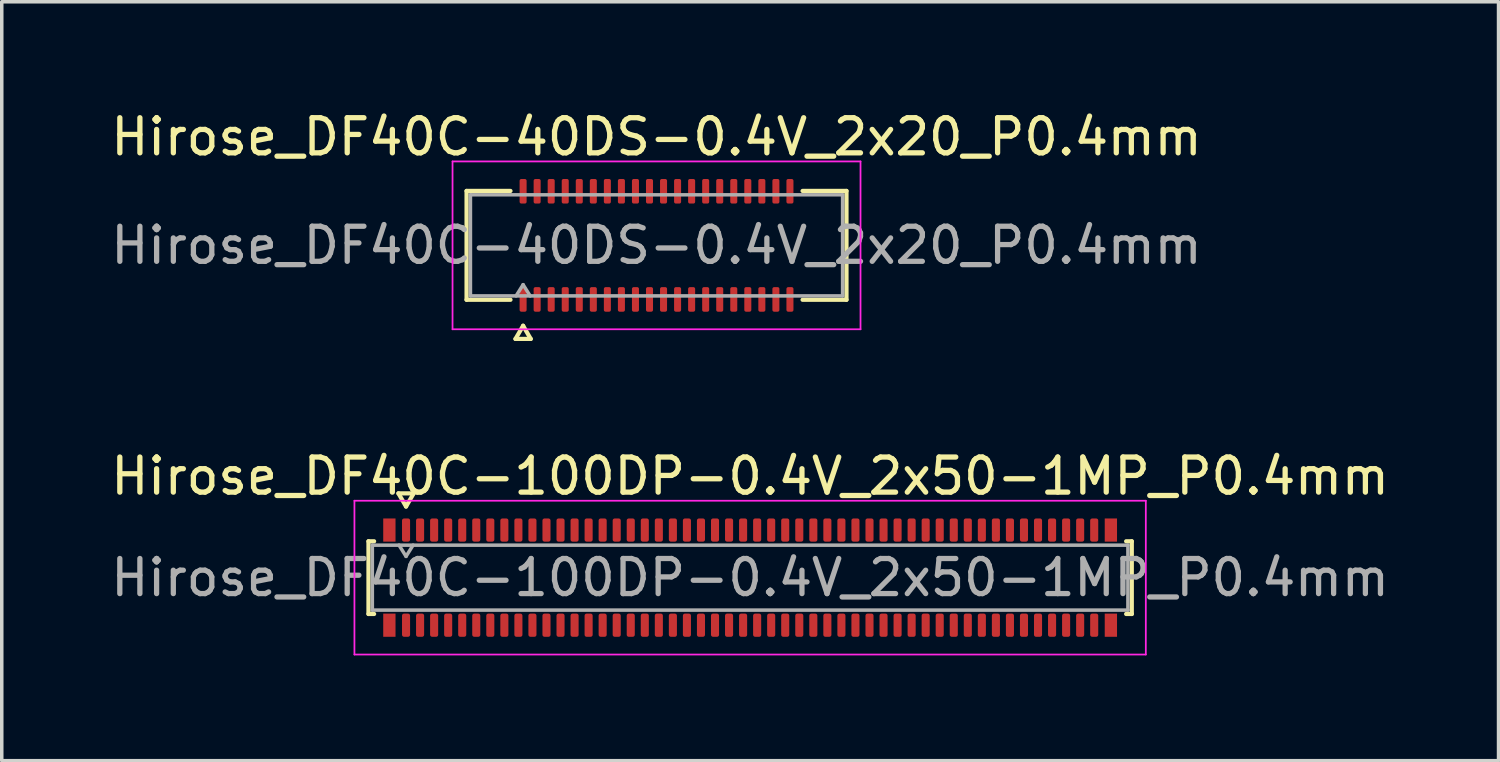
<source format=kicad_pcb>
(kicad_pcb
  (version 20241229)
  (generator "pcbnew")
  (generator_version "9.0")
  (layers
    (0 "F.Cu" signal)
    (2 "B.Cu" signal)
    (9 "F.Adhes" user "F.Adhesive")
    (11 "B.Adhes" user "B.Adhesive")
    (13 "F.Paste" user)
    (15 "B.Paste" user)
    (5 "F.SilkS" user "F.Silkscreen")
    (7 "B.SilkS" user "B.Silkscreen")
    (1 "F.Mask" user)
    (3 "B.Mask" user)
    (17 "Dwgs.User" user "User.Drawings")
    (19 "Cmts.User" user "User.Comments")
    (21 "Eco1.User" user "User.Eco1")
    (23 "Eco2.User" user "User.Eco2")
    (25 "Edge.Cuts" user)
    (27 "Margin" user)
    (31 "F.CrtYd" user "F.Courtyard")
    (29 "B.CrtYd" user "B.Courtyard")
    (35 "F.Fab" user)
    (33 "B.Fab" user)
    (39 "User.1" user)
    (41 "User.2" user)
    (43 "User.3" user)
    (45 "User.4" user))
  (footprint "Hirose_DF40C-40DS-0.4V_2x20_P0.4mm"
    (layer "F.Cu")
    (at 15.649 3.938)
    (property "Reference" "Hirose_DF40C-40DS-0.4V_2x20_P0.4mm" (at 0 -3.09 0) (layer "F.SilkS") (effects (font (size 1 1) (thickness 0.15))))
    (attr smd)
    (fp_line (start -5.41 -1.55) (end -4.16 -1.55) (stroke (width 0.12) (type solid)) (layer "F.SilkS"))
    (fp_line (start -5.41 1.55) (end -5.41 -1.55) (stroke (width 0.12) (type solid)) (layer "F.SilkS"))
    (fp_line (start -4.16 1.55) (end -5.41 1.55) (stroke (width 0.12) (type solid)) (layer "F.SilkS"))
    (fp_line (start -4.017 2.665) (end -3.8 2.29) (stroke (width 0.12) (type solid)) (layer "F.SilkS"))
    (fp_line (start -3.8 2.29) (end -3.583 2.665) (stroke (width 0.12) (type solid)) (layer "F.SilkS"))
    (fp_line (start -3.583 2.665) (end -4.017 2.665) (stroke (width 0.12) (type solid)) (layer "F.SilkS"))
    (fp_line (start 4.16 -1.55) (end 5.41 -1.55) (stroke (width 0.12) (type solid)) (layer "F.SilkS"))
    (fp_line (start 5.41 -1.55) (end 5.41 1.55) (stroke (width 0.12) (type solid)) (layer "F.SilkS"))
    (fp_line (start 5.41 1.55) (end 4.16 1.55) (stroke (width 0.12) (type solid)) (layer "F.SilkS"))
    (fp_line (start -5.81 -2.39) (end -5.81 2.39) (stroke (width 0.05) (type solid)) (layer "F.CrtYd"))
    (fp_line (start -5.81 2.39) (end 5.81 2.39) (stroke (width 0.05) (type solid)) (layer "F.CrtYd"))
    (fp_line (start 5.81 -2.39) (end -5.81 -2.39) (stroke (width 0.05) (type solid)) (layer "F.CrtYd"))
    (fp_line (start 5.81 2.39) (end 5.81 -2.39) (stroke (width 0.05) (type solid)) (layer "F.CrtYd"))
    (fp_line (start -5.3 -1.44) (end 5.3 -1.44) (stroke (width 0.1) (type solid)) (layer "F.Fab"))
    (fp_line (start -5.3 1.44) (end -5.3 -1.44) (stroke (width 0.1) (type solid)) (layer "F.Fab"))
    (fp_line (start -4 1.44) (end -3.8 1.12) (stroke (width 0.1) (type solid)) (layer "F.Fab"))
    (fp_line (start -3.8 1.12) (end -3.6 1.44) (stroke (width 0.1) (type solid)) (layer "F.Fab"))
    (fp_line (start 5.3 -1.44) (end 5.3 1.44) (stroke (width 0.1) (type solid)) (layer "F.Fab"))
    (fp_line (start 5.3 1.44) (end -5.3 1.44) (stroke (width 0.1) (type solid)) (layer "F.Fab"))
    (fp_text user "${REFERENCE}" (at 0 0 0) (layer "F.Fab") (effects (font (size 1 1) (thickness 0.15))))
    (pad "1" smd roundrect (at -3.8 1.54) (size 0.2 0.7) (layers "F.Cu" "F.Mask" "F.Paste") (roundrect_rratio 0.25))
    (pad "2" smd roundrect (at -3.8 -1.54) (size 0.2 0.7) (layers "F.Cu" "F.Mask" "F.Paste") (roundrect_rratio 0.25))
    (pad "3" smd roundrect (at -3.4 1.54) (size 0.2 0.7) (layers "F.Cu" "F.Mask" "F.Paste") (roundrect_rratio 0.25))
    (pad "4" smd roundrect (at -3.4 -1.54) (size 0.2 0.7) (layers "F.Cu" "F.Mask" "F.Paste") (roundrect_rratio 0.25))
    (pad "5" smd roundrect (at -3 1.54) (size 0.2 0.7) (layers "F.Cu" "F.Mask" "F.Paste") (roundrect_rratio 0.25))
    (pad "6" smd roundrect (at -3 -1.54) (size 0.2 0.7) (layers "F.Cu" "F.Mask" "F.Paste") (roundrect_rratio 0.25))
    (pad "7" smd roundrect (at -2.6 1.54) (size 0.2 0.7) (layers "F.Cu" "F.Mask" "F.Paste") (roundrect_rratio 0.25))
    (pad "8" smd roundrect (at -2.6 -1.54) (size 0.2 0.7) (layers "F.Cu" "F.Mask" "F.Paste") (roundrect_rratio 0.25))
    (pad "9" smd roundrect (at -2.2 1.54) (size 0.2 0.7) (layers "F.Cu" "F.Mask" "F.Paste") (roundrect_rratio 0.25))
    (pad "10" smd roundrect (at -2.2 -1.54) (size 0.2 0.7) (layers "F.Cu" "F.Mask" "F.Paste") (roundrect_rratio 0.25))
    (pad "11" smd roundrect (at -1.8 1.54) (size 0.2 0.7) (layers "F.Cu" "F.Mask" "F.Paste") (roundrect_rratio 0.25))
    (pad "12" smd roundrect (at -1.8 -1.54) (size 0.2 0.7) (layers "F.Cu" "F.Mask" "F.Paste") (roundrect_rratio 0.25))
    (pad "13" smd roundrect (at -1.4 1.54) (size 0.2 0.7) (layers "F.Cu" "F.Mask" "F.Paste") (roundrect_rratio 0.25))
    (pad "14" smd roundrect (at -1.4 -1.54) (size 0.2 0.7) (layers "F.Cu" "F.Mask" "F.Paste") (roundrect_rratio 0.25))
    (pad "15" smd roundrect (at -1 1.54) (size 0.2 0.7) (layers "F.Cu" "F.Mask" "F.Paste") (roundrect_rratio 0.25))
    (pad "16" smd roundrect (at -1 -1.54) (size 0.2 0.7) (layers "F.Cu" "F.Mask" "F.Paste") (roundrect_rratio 0.25))
    (pad "17" smd roundrect (at -0.6 1.54) (size 0.2 0.7) (layers "F.Cu" "F.Mask" "F.Paste") (roundrect_rratio 0.25))
    (pad "18" smd roundrect (at -0.6 -1.54) (size 0.2 0.7) (layers "F.Cu" "F.Mask" "F.Paste") (roundrect_rratio 0.25))
    (pad "19" smd roundrect (at -0.2 1.54) (size 0.2 0.7) (layers "F.Cu" "F.Mask" "F.Paste") (roundrect_rratio 0.25))
    (pad "20" smd roundrect (at -0.2 -1.54) (size 0.2 0.7) (layers "F.Cu" "F.Mask" "F.Paste") (roundrect_rratio 0.25))
    (pad "21" smd roundrect (at 0.2 1.54) (size 0.2 0.7) (layers "F.Cu" "F.Mask" "F.Paste") (roundrect_rratio 0.25))
    (pad "22" smd roundrect (at 0.2 -1.54) (size 0.2 0.7) (layers "F.Cu" "F.Mask" "F.Paste") (roundrect_rratio 0.25))
    (pad "23" smd roundrect (at 0.6 1.54) (size 0.2 0.7) (layers "F.Cu" "F.Mask" "F.Paste") (roundrect_rratio 0.25))
    (pad "24" smd roundrect (at 0.6 -1.54) (size 0.2 0.7) (layers "F.Cu" "F.Mask" "F.Paste") (roundrect_rratio 0.25))
    (pad "25" smd roundrect (at 1 1.54) (size 0.2 0.7) (layers "F.Cu" "F.Mask" "F.Paste") (roundrect_rratio 0.25))
    (pad "26" smd roundrect (at 1 -1.54) (size 0.2 0.7) (layers "F.Cu" "F.Mask" "F.Paste") (roundrect_rratio 0.25))
    (pad "27" smd roundrect (at 1.4 1.54) (size 0.2 0.7) (layers "F.Cu" "F.Mask" "F.Paste") (roundrect_rratio 0.25))
    (pad "28" smd roundrect (at 1.4 -1.54) (size 0.2 0.7) (layers "F.Cu" "F.Mask" "F.Paste") (roundrect_rratio 0.25))
    (pad "29" smd roundrect (at 1.8 1.54) (size 0.2 0.7) (layers "F.Cu" "F.Mask" "F.Paste") (roundrect_rratio 0.25))
    (pad "30" smd roundrect (at 1.8 -1.54) (size 0.2 0.7) (layers "F.Cu" "F.Mask" "F.Paste") (roundrect_rratio 0.25))
    (pad "31" smd roundrect (at 2.2 1.54) (size 0.2 0.7) (layers "F.Cu" "F.Mask" "F.Paste") (roundrect_rratio 0.25))
    (pad "32" smd roundrect (at 2.2 -1.54) (size 0.2 0.7) (layers "F.Cu" "F.Mask" "F.Paste") (roundrect_rratio 0.25))
    (pad "33" smd roundrect (at 2.6 1.54) (size 0.2 0.7) (layers "F.Cu" "F.Mask" "F.Paste") (roundrect_rratio 0.25))
    (pad "34" smd roundrect (at 2.6 -1.54) (size 0.2 0.7) (layers "F.Cu" "F.Mask" "F.Paste") (roundrect_rratio 0.25))
    (pad "35" smd roundrect (at 3 1.54) (size 0.2 0.7) (layers "F.Cu" "F.Mask" "F.Paste") (roundrect_rratio 0.25))
    (pad "36" smd roundrect (at 3 -1.54) (size 0.2 0.7) (layers "F.Cu" "F.Mask" "F.Paste") (roundrect_rratio 0.25))
    (pad "37" smd roundrect (at 3.4 1.54) (size 0.2 0.7) (layers "F.Cu" "F.Mask" "F.Paste") (roundrect_rratio 0.25))
    (pad "38" smd roundrect (at 3.4 -1.54) (size 0.2 0.7) (layers "F.Cu" "F.Mask" "F.Paste") (roundrect_rratio 0.25))
    (pad "39" smd roundrect (at 3.8 1.54) (size 0.2 0.7) (layers "F.Cu" "F.Mask" "F.Paste") (roundrect_rratio 0.25))
    (pad "40" smd roundrect (at 3.8 -1.54) (size 0.2 0.7) (layers "F.Cu" "F.Mask" "F.Paste") (roundrect_rratio 0.25)))
  (footprint "Hirose_DF40C-100DP-0.4V_2x50-1MP_P0.4mm"
    (layer "F.Cu")
    (at 18.315 13.402)
    (property "Reference" "Hirose_DF40C-100DP-0.4V_2x50-1MP_P0.4mm" (at 0 -2.89 0) (layer "F.SilkS") (effects (font (size 1 1) (thickness 0.15))))
    (attr smd)
    (fp_line (start -10.87 -1.035) (end -10.71 -1.035) (stroke (width 0.12) (type solid)) (layer "F.SilkS"))
    (fp_line (start -10.87 1.035) (end -10.87 -1.035) (stroke (width 0.12) (type solid)) (layer "F.SilkS"))
    (fp_line (start -10.71 1.035) (end -10.87 1.035) (stroke (width 0.12) (type solid)) (layer "F.SilkS"))
    (fp_line (start -10.017 -2.4) (end -9.8 -2.025) (stroke (width 0.12) (type solid)) (layer "F.SilkS"))
    (fp_line (start -9.8 -2.025) (end -9.583 -2.4) (stroke (width 0.12) (type solid)) (layer "F.SilkS"))
    (fp_line (start -9.583 -2.4) (end -10.017 -2.4) (stroke (width 0.12) (type solid)) (layer "F.SilkS"))
    (fp_line (start 10.71 -1.035) (end 10.87 -1.035) (stroke (width 0.12) (type solid)) (layer "F.SilkS"))
    (fp_line (start 10.87 -1.035) (end 10.87 1.035) (stroke (width 0.12) (type solid)) (layer "F.SilkS"))
    (fp_line (start 10.87 1.035) (end 10.71 1.035) (stroke (width 0.12) (type solid)) (layer "F.SilkS"))
    (fp_line (start -11.27 -2.19) (end -11.27 2.19) (stroke (width 0.05) (type solid)) (layer "F.CrtYd"))
    (fp_line (start -11.27 2.19) (end 11.27 2.19) (stroke (width 0.05) (type solid)) (layer "F.CrtYd"))
    (fp_line (start 11.27 -2.19) (end -11.27 -2.19) (stroke (width 0.05) (type solid)) (layer "F.CrtYd"))
    (fp_line (start 11.27 2.19) (end 11.27 -2.19) (stroke (width 0.05) (type solid)) (layer "F.CrtYd"))
    (fp_line (start -10.76 -0.925) (end 10.76 -0.925) (stroke (width 0.1) (type solid)) (layer "F.Fab"))
    (fp_line (start -10.76 0.925) (end -10.76 -0.925) (stroke (width 0.1) (type solid)) (layer "F.Fab"))
    (fp_line (start -10 -0.925) (end -9.8 -0.605) (stroke (width 0.1) (type solid)) (layer "F.Fab"))
    (fp_line (start -9.8 -0.605) (end -9.6 -0.925) (stroke (width 0.1) (type solid)) (layer "F.Fab"))
    (fp_line (start 10.76 -0.925) (end 10.76 0.925) (stroke (width 0.1) (type solid)) (layer "F.Fab"))
    (fp_line (start 10.76 0.925) (end -10.76 0.925) (stroke (width 0.1) (type solid)) (layer "F.Fab"))
    (fp_text user "${REFERENCE}" (at 0 0 0) (layer "F.Fab") (effects (font (size 1 1) (thickness 0.15))))
    (pad "1" smd roundrect (at -9.8 -1.355) (size 0.23 0.66) (layers "F.Cu" "F.Mask" "F.Paste") (roundrect_rratio 0.25))
    (pad "2" smd roundrect (at -9.8 1.355) (size 0.23 0.66) (layers "F.Cu" "F.Mask" "F.Paste") (roundrect_rratio 0.25))
    (pad "3" smd roundrect (at -9.4 -1.355) (size 0.23 0.66) (layers "F.Cu" "F.Mask" "F.Paste") (roundrect_rratio 0.25))
    (pad "4" smd roundrect (at -9.4 1.355) (size 0.23 0.66) (layers "F.Cu" "F.Mask" "F.Paste") (roundrect_rratio 0.25))
    (pad "5" smd roundrect (at -9 -1.355) (size 0.23 0.66) (layers "F.Cu" "F.Mask" "F.Paste") (roundrect_rratio 0.25))
    (pad "6" smd roundrect (at -9 1.355) (size 0.23 0.66) (layers "F.Cu" "F.Mask" "F.Paste") (roundrect_rratio 0.25))
    (pad "7" smd roundrect (at -8.6 -1.355) (size 0.23 0.66) (layers "F.Cu" "F.Mask" "F.Paste") (roundrect_rratio 0.25))
    (pad "8" smd roundrect (at -8.6 1.355) (size 0.23 0.66) (layers "F.Cu" "F.Mask" "F.Paste") (roundrect_rratio 0.25))
    (pad "9" smd roundrect (at -8.2 -1.355) (size 0.23 0.66) (layers "F.Cu" "F.Mask" "F.Paste") (roundrect_rratio 0.25))
    (pad "10" smd roundrect (at -8.2 1.355) (size 0.23 0.66) (layers "F.Cu" "F.Mask" "F.Paste") (roundrect_rratio 0.25))
    (pad "11" smd roundrect (at -7.8 -1.355) (size 0.23 0.66) (layers "F.Cu" "F.Mask" "F.Paste") (roundrect_rratio 0.25))
    (pad "12" smd roundrect (at -7.8 1.355) (size 0.23 0.66) (layers "F.Cu" "F.Mask" "F.Paste") (roundrect_rratio 0.25))
    (pad "13" smd roundrect (at -7.4 -1.355) (size 0.23 0.66) (layers "F.Cu" "F.Mask" "F.Paste") (roundrect_rratio 0.25))
    (pad "14" smd roundrect (at -7.4 1.355) (size 0.23 0.66) (layers "F.Cu" "F.Mask" "F.Paste") (roundrect_rratio 0.25))
    (pad "15" smd roundrect (at -7 -1.355) (size 0.23 0.66) (layers "F.Cu" "F.Mask" "F.Paste") (roundrect_rratio 0.25))
    (pad "16" smd roundrect (at -7 1.355) (size 0.23 0.66) (layers "F.Cu" "F.Mask" "F.Paste") (roundrect_rratio 0.25))
    (pad "17" smd roundrect (at -6.6 -1.355) (size 0.23 0.66) (layers "F.Cu" "F.Mask" "F.Paste") (roundrect_rratio 0.25))
    (pad "18" smd roundrect (at -6.6 1.355) (size 0.23 0.66) (layers "F.Cu" "F.Mask" "F.Paste") (roundrect_rratio 0.25))
    (pad "19" smd roundrect (at -6.2 -1.355) (size 0.23 0.66) (layers "F.Cu" "F.Mask" "F.Paste") (roundrect_rratio 0.25))
    (pad "20" smd roundrect (at -6.2 1.355) (size 0.23 0.66) (layers "F.Cu" "F.Mask" "F.Paste") (roundrect_rratio 0.25))
    (pad "21" smd roundrect (at -5.8 -1.355) (size 0.23 0.66) (layers "F.Cu" "F.Mask" "F.Paste") (roundrect_rratio 0.25))
    (pad "22" smd roundrect (at -5.8 1.355) (size 0.23 0.66) (layers "F.Cu" "F.Mask" "F.Paste") (roundrect_rratio 0.25))
    (pad "23" smd roundrect (at -5.4 -1.355) (size 0.23 0.66) (layers "F.Cu" "F.Mask" "F.Paste") (roundrect_rratio 0.25))
    (pad "24" smd roundrect (at -5.4 1.355) (size 0.23 0.66) (layers "F.Cu" "F.Mask" "F.Paste") (roundrect_rratio 0.25))
    (pad "25" smd roundrect (at -5 -1.355) (size 0.23 0.66) (layers "F.Cu" "F.Mask" "F.Paste") (roundrect_rratio 0.25))
    (pad "26" smd roundrect (at -5 1.355) (size 0.23 0.66) (layers "F.Cu" "F.Mask" "F.Paste") (roundrect_rratio 0.25))
    (pad "27" smd roundrect (at -4.6 -1.355) (size 0.23 0.66) (layers "F.Cu" "F.Mask" "F.Paste") (roundrect_rratio 0.25))
    (pad "28" smd roundrect (at -4.6 1.355) (size 0.23 0.66) (layers "F.Cu" "F.Mask" "F.Paste") (roundrect_rratio 0.25))
    (pad "29" smd roundrect (at -4.2 -1.355) (size 0.23 0.66) (layers "F.Cu" "F.Mask" "F.Paste") (roundrect_rratio 0.25))
    (pad "30" smd roundrect (at -4.2 1.355) (size 0.23 0.66) (layers "F.Cu" "F.Mask" "F.Paste") (roundrect_rratio 0.25))
    (pad "31" smd roundrect (at -3.8 -1.355) (size 0.23 0.66) (layers "F.Cu" "F.Mask" "F.Paste") (roundrect_rratio 0.25))
    (pad "32" smd roundrect (at -3.8 1.355) (size 0.23 0.66) (layers "F.Cu" "F.Mask" "F.Paste") (roundrect_rratio 0.25))
    (pad "33" smd roundrect (at -3.4 -1.355) (size 0.23 0.66) (layers "F.Cu" "F.Mask" "F.Paste") (roundrect_rratio 0.25))
    (pad "34" smd roundrect (at -3.4 1.355) (size 0.23 0.66) (layers "F.Cu" "F.Mask" "F.Paste") (roundrect_rratio 0.25))
    (pad "35" smd roundrect (at -3 -1.355) (size 0.23 0.66) (layers "F.Cu" "F.Mask" "F.Paste") (roundrect_rratio 0.25))
    (pad "36" smd roundrect (at -3 1.355) (size 0.23 0.66) (layers "F.Cu" "F.Mask" "F.Paste") (roundrect_rratio 0.25))
    (pad "37" smd roundrect (at -2.6 -1.355) (size 0.23 0.66) (layers "F.Cu" "F.Mask" "F.Paste") (roundrect_rratio 0.25))
    (pad "38" smd roundrect (at -2.6 1.355) (size 0.23 0.66) (layers "F.Cu" "F.Mask" "F.Paste") (roundrect_rratio 0.25))
    (pad "39" smd roundrect (at -2.2 -1.355) (size 0.23 0.66) (layers "F.Cu" "F.Mask" "F.Paste") (roundrect_rratio 0.25))
    (pad "40" smd roundrect (at -2.2 1.355) (size 0.23 0.66) (layers "F.Cu" "F.Mask" "F.Paste") (roundrect_rratio 0.25))
    (pad "41" smd roundrect (at -1.8 -1.355) (size 0.23 0.66) (layers "F.Cu" "F.Mask" "F.Paste") (roundrect_rratio 0.25))
    (pad "42" smd roundrect (at -1.8 1.355) (size 0.23 0.66) (layers "F.Cu" "F.Mask" "F.Paste") (roundrect_rratio 0.25))
    (pad "43" smd roundrect (at -1.4 -1.355) (size 0.23 0.66) (layers "F.Cu" "F.Mask" "F.Paste") (roundrect_rratio 0.25))
    (pad "44" smd roundrect (at -1.4 1.355) (size 0.23 0.66) (layers "F.Cu" "F.Mask" "F.Paste") (roundrect_rratio 0.25))
    (pad "45" smd roundrect (at -1 -1.355) (size 0.23 0.66) (layers "F.Cu" "F.Mask" "F.Paste") (roundrect_rratio 0.25))
    (pad "46" smd roundrect (at -1 1.355) (size 0.23 0.66) (layers "F.Cu" "F.Mask" "F.Paste") (roundrect_rratio 0.25))
    (pad "47" smd roundrect (at -0.6 -1.355) (size 0.23 0.66) (layers "F.Cu" "F.Mask" "F.Paste") (roundrect_rratio 0.25))
    (pad "48" smd roundrect (at -0.6 1.355) (size 0.23 0.66) (layers "F.Cu" "F.Mask" "F.Paste") (roundrect_rratio 0.25))
    (pad "49" smd roundrect (at -0.2 -1.355) (size 0.23 0.66) (layers "F.Cu" "F.Mask" "F.Paste") (roundrect_rratio 0.25))
    (pad "50" smd roundrect (at -0.2 1.355) (size 0.23 0.66) (layers "F.Cu" "F.Mask" "F.Paste") (roundrect_rratio 0.25))
    (pad "51" smd roundrect (at 0.2 -1.355) (size 0.23 0.66) (layers "F.Cu" "F.Mask" "F.Paste") (roundrect_rratio 0.25))
    (pad "52" smd roundrect (at 0.2 1.355) (size 0.23 0.66) (layers "F.Cu" "F.Mask" "F.Paste") (roundrect_rratio 0.25))
    (pad "53" smd roundrect (at 0.6 -1.355) (size 0.23 0.66) (layers "F.Cu" "F.Mask" "F.Paste") (roundrect_rratio 0.25))
    (pad "54" smd roundrect (at 0.6 1.355) (size 0.23 0.66) (layers "F.Cu" "F.Mask" "F.Paste") (roundrect_rratio 0.25))
    (pad "55" smd roundrect (at 1 -1.355) (size 0.23 0.66) (layers "F.Cu" "F.Mask" "F.Paste") (roundrect_rratio 0.25))
    (pad "56" smd roundrect (at 1 1.355) (size 0.23 0.66) (layers "F.Cu" "F.Mask" "F.Paste") (roundrect_rratio 0.25))
    (pad "57" smd roundrect (at 1.4 -1.355) (size 0.23 0.66) (layers "F.Cu" "F.Mask" "F.Paste") (roundrect_rratio 0.25))
    (pad "58" smd roundrect (at 1.4 1.355) (size 0.23 0.66) (layers "F.Cu" "F.Mask" "F.Paste") (roundrect_rratio 0.25))
    (pad "59" smd roundrect (at 1.8 -1.355) (size 0.23 0.66) (layers "F.Cu" "F.Mask" "F.Paste") (roundrect_rratio 0.25))
    (pad "60" smd roundrect (at 1.8 1.355) (size 0.23 0.66) (layers "F.Cu" "F.Mask" "F.Paste") (roundrect_rratio 0.25))
    (pad "61" smd roundrect (at 2.2 -1.355) (size 0.23 0.66) (layers "F.Cu" "F.Mask" "F.Paste") (roundrect_rratio 0.25))
    (pad "62" smd roundrect (at 2.2 1.355) (size 0.23 0.66) (layers "F.Cu" "F.Mask" "F.Paste") (roundrect_rratio 0.25))
    (pad "63" smd roundrect (at 2.6 -1.355) (size 0.23 0.66) (layers "F.Cu" "F.Mask" "F.Paste") (roundrect_rratio 0.25))
    (pad "64" smd roundrect (at 2.6 1.355) (size 0.23 0.66) (layers "F.Cu" "F.Mask" "F.Paste") (roundrect_rratio 0.25))
    (pad "65" smd roundrect (at 3 -1.355) (size 0.23 0.66) (layers "F.Cu" "F.Mask" "F.Paste") (roundrect_rratio 0.25))
    (pad "66" smd roundrect (at 3 1.355) (size 0.23 0.66) (layers "F.Cu" "F.Mask" "F.Paste") (roundrect_rratio 0.25))
    (pad "67" smd roundrect (at 3.4 -1.355) (size 0.23 0.66) (layers "F.Cu" "F.Mask" "F.Paste") (roundrect_rratio 0.25))
    (pad "68" smd roundrect (at 3.4 1.355) (size 0.23 0.66) (layers "F.Cu" "F.Mask" "F.Paste") (roundrect_rratio 0.25))
    (pad "69" smd roundrect (at 3.8 -1.355) (size 0.23 0.66) (layers "F.Cu" "F.Mask" "F.Paste") (roundrect_rratio 0.25))
    (pad "70" smd roundrect (at 3.8 1.355) (size 0.23 0.66) (layers "F.Cu" "F.Mask" "F.Paste") (roundrect_rratio 0.25))
    (pad "71" smd roundrect (at 4.2 -1.355) (size 0.23 0.66) (layers "F.Cu" "F.Mask" "F.Paste") (roundrect_rratio 0.25))
    (pad "72" smd roundrect (at 4.2 1.355) (size 0.23 0.66) (layers "F.Cu" "F.Mask" "F.Paste") (roundrect_rratio 0.25))
    (pad "73" smd roundrect (at 4.6 -1.355) (size 0.23 0.66) (layers "F.Cu" "F.Mask" "F.Paste") (roundrect_rratio 0.25))
    (pad "74" smd roundrect (at 4.6 1.355) (size 0.23 0.66) (layers "F.Cu" "F.Mask" "F.Paste") (roundrect_rratio 0.25))
    (pad "75" smd roundrect (at 5 -1.355) (size 0.23 0.66) (layers "F.Cu" "F.Mask" "F.Paste") (roundrect_rratio 0.25))
    (pad "76" smd roundrect (at 5 1.355) (size 0.23 0.66) (layers "F.Cu" "F.Mask" "F.Paste") (roundrect_rratio 0.25))
    (pad "77" smd roundrect (at 5.4 -1.355) (size 0.23 0.66) (layers "F.Cu" "F.Mask" "F.Paste") (roundrect_rratio 0.25))
    (pad "78" smd roundrect (at 5.4 1.355) (size 0.23 0.66) (layers "F.Cu" "F.Mask" "F.Paste") (roundrect_rratio 0.25))
    (pad "79" smd roundrect (at 5.8 -1.355) (size 0.23 0.66) (layers "F.Cu" "F.Mask" "F.Paste") (roundrect_rratio 0.25))
    (pad "80" smd roundrect (at 5.8 1.355) (size 0.23 0.66) (layers "F.Cu" "F.Mask" "F.Paste") (roundrect_rratio 0.25))
    (pad "81" smd roundrect (at 6.2 -1.355) (size 0.23 0.66) (layers "F.Cu" "F.Mask" "F.Paste") (roundrect_rratio 0.25))
    (pad "82" smd roundrect (at 6.2 1.355) (size 0.23 0.66) (layers "F.Cu" "F.Mask" "F.Paste") (roundrect_rratio 0.25))
    (pad "83" smd roundrect (at 6.6 -1.355) (size 0.23 0.66) (layers "F.Cu" "F.Mask" "F.Paste") (roundrect_rratio 0.25))
    (pad "84" smd roundrect (at 6.6 1.355) (size 0.23 0.66) (layers "F.Cu" "F.Mask" "F.Paste") (roundrect_rratio 0.25))
    (pad "85" smd roundrect (at 7 -1.355) (size 0.23 0.66) (layers "F.Cu" "F.Mask" "F.Paste") (roundrect_rratio 0.25))
    (pad "86" smd roundrect (at 7 1.355) (size 0.23 0.66) (layers "F.Cu" "F.Mask" "F.Paste") (roundrect_rratio 0.25))
    (pad "87" smd roundrect (at 7.4 -1.355) (size 0.23 0.66) (layers "F.Cu" "F.Mask" "F.Paste") (roundrect_rratio 0.25))
    (pad "88" smd roundrect (at 7.4 1.355) (size 0.23 0.66) (layers "F.Cu" "F.Mask" "F.Paste") (roundrect_rratio 0.25))
    (pad "89" smd roundrect (at 7.8 -1.355) (size 0.23 0.66) (layers "F.Cu" "F.Mask" "F.Paste") (roundrect_rratio 0.25))
    (pad "90" smd roundrect (at 7.8 1.355) (size 0.23 0.66) (layers "F.Cu" "F.Mask" "F.Paste") (roundrect_rratio 0.25))
    (pad "91" smd roundrect (at 8.2 -1.355) (size 0.23 0.66) (layers "F.Cu" "F.Mask" "F.Paste") (roundrect_rratio 0.25))
    (pad "92" smd roundrect (at 8.2 1.355) (size 0.23 0.66) (layers "F.Cu" "F.Mask" "F.Paste") (roundrect_rratio 0.25))
    (pad "93" smd roundrect (at 8.6 -1.355) (size 0.23 0.66) (layers "F.Cu" "F.Mask" "F.Paste") (roundrect_rratio 0.25))
    (pad "94" smd roundrect (at 8.6 1.355) (size 0.23 0.66) (layers "F.Cu" "F.Mask" "F.Paste") (roundrect_rratio 0.25))
    (pad "95" smd roundrect (at 9 -1.355) (size 0.23 0.66) (layers "F.Cu" "F.Mask" "F.Paste") (roundrect_rratio 0.25))
    (pad "96" smd roundrect (at 9 1.355) (size 0.23 0.66) (layers "F.Cu" "F.Mask" "F.Paste") (roundrect_rratio 0.25))
    (pad "97" smd roundrect (at 9.4 -1.355) (size 0.23 0.66) (layers "F.Cu" "F.Mask" "F.Paste") (roundrect_rratio 0.25))
    (pad "98" smd roundrect (at 9.4 1.355) (size 0.23 0.66) (layers "F.Cu" "F.Mask" "F.Paste") (roundrect_rratio 0.25))
    (pad "99" smd roundrect (at 9.8 -1.355) (size 0.23 0.66) (layers "F.Cu" "F.Mask" "F.Paste") (roundrect_rratio 0.25))
    (pad "100" smd roundrect (at 9.8 1.355) (size 0.23 0.66) (layers "F.Cu" "F.Mask" "F.Paste") (roundrect_rratio 0.25))
    (pad "MP" smd rect (at -10.275 -1.355) (size 0.35 0.66) (layers "F.Cu" "F.Mask" "F.Paste"))
    (pad "MP" smd rect (at -10.275 1.355) (size 0.35 0.66) (layers "F.Cu" "F.Mask" "F.Paste"))
    (pad "MP" smd rect (at 10.275 -1.355) (size 0.35 0.66) (layers "F.Cu" "F.Mask" "F.Paste"))
    (pad "MP" smd rect (at 10.275 1.355) (size 0.35 0.66) (layers "F.Cu" "F.Mask" "F.Paste")))
  (gr_rect
    (start -3 -3)
    (end 39.631 18.616)
    (stroke (width 0.1) (type default))
    (fill no)
    (layer "Edge.Cuts")))
</source>
